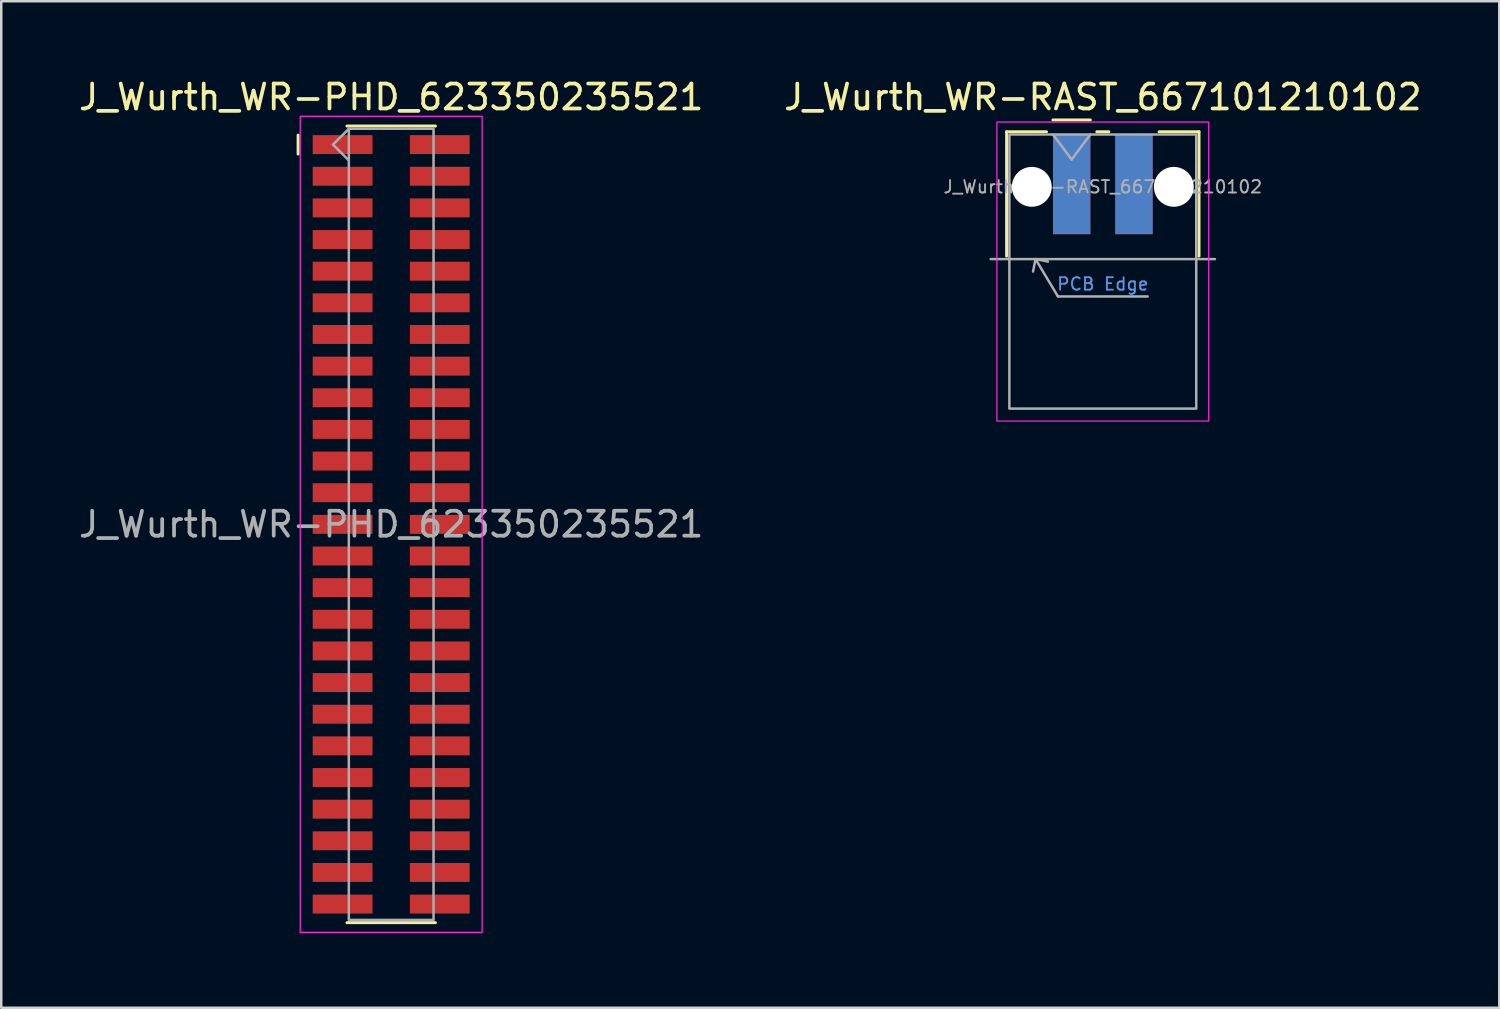
<source format=kicad_pcb>
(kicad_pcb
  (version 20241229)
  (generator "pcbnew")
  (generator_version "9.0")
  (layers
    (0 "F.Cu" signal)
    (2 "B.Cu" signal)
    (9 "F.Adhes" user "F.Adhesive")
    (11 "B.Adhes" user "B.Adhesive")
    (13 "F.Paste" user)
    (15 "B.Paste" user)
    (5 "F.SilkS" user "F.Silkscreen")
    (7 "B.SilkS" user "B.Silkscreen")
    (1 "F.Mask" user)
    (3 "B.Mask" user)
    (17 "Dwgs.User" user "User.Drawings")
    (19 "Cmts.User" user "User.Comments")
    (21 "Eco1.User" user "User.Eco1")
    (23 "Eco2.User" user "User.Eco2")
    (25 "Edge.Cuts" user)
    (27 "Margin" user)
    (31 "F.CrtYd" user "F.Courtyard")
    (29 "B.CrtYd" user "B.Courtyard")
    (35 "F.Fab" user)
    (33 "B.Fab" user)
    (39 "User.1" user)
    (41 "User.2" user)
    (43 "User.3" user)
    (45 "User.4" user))
  (footprint "J_Wurth_WR-RAST_667101210102"
    (layer "F.Cu")
    (at 41.208 4.448)
    (property "Reference" "J_Wurth_WR-RAST_667101210102" (at 0 -3.6 0) (unlocked yes) (layer "F.SilkS") (effects (font (size 1 1) (thickness 0.15))))
    (attr smd)
    (fp_line (start -3.86 -2.21) (end -3.86 2.78) (stroke (width 0.12) (type default)) (layer "F.SilkS"))
    (fp_line (start -3.86 -2.21) (end -2.26 -2.21) (stroke (width 0.12) (type default)) (layer "F.SilkS"))
    (fp_line (start -2 -2.685) (end -0.5 -2.685) (stroke (width 0.12) (type default)) (layer "F.SilkS"))
    (fp_line (start -0.24 -2.21) (end 0.24 -2.21) (stroke (width 0.12) (type default)) (layer "F.SilkS"))
    (fp_line (start 3.86 -2.21) (end 2.26 -2.21) (stroke (width 0.12) (type default)) (layer "F.SilkS"))
    (fp_line (start 3.86 -2.21) (end 3.86 2.78) (stroke (width 0.12) (type default)) (layer "F.SilkS"))
    (fp_rect (start -4.25 -2.6) (end 4.25 9.4) (stroke (width 0.05) (type default)) (fill no) (layer "F.CrtYd"))
    (fp_line (start -4.5 2.9) (end 4.5 2.9) (stroke (width 0.1) (type default)) (layer "F.Fab"))
    (fp_line (start -2.7 2.9) (end -2.8 3.4) (stroke (width 0.1) (type default)) (layer "F.Fab"))
    (fp_line (start -2.7 2.9) (end -2.2 3) (stroke (width 0.1) (type default)) (layer "F.Fab"))
    (fp_line (start -2.7 2.9) (end -1.8 4.4) (stroke (width 0.1) (type default)) (layer "F.Fab"))
    (fp_line (start -2 -2.1) (end -1.25 -1.1) (stroke (width 0.1) (type default)) (layer "F.Fab"))
    (fp_line (start -1.8 4.4) (end 1.8 4.4) (stroke (width 0.1) (type default)) (layer "F.Fab"))
    (fp_line (start -0.5 -2.1) (end -1.25 -1.1) (stroke (width 0.1) (type default)) (layer "F.Fab"))
    (fp_rect (start -3.75 -2.1) (end 3.75 8.9) (stroke (width 0.1) (type default)) (fill no) (layer "F.Fab"))
    (fp_text user "PCB Edge" (at 0 3.9 0) (unlocked yes) (layer "Cmts.User") (effects (font (size 0.5 0.5) (thickness 0.075))))
    (fp_text user "${REFERENCE}" (at 0 0 0) (unlocked yes) (layer "F.Fab") (effects (font (size 0.5 0.5) (thickness 0.075))))
    (pad "" np_thru_hole circle (at -2.85 0) (size 1.6 1.6) (drill 1.6) (layers "*.Cu" "*.Mask"))
    (pad "" np_thru_hole circle (at 2.85 0) (size 1.6 1.6) (drill 1.6) (layers "*.Cu" "*.Mask"))
    (pad "A1" smd rect (at -1.25 -0.1) (size 1.5 4) (layers "F.Cu" "F.Mask" "F.Paste"))
    (pad "A2" smd rect (at 1.25 -0.1) (size 1.5 4) (layers "F.Cu" "F.Mask" "F.Paste"))
    (pad "B1" smd rect (at -1.25 -0.1) (size 1.5 4) (layers "F.Mask" "B.Cu" "F.Paste"))
    (pad "B2" smd rect (at 1.25 -0.1) (size 1.5 4) (layers "F.Mask" "B.Cu" "F.Paste")))
  (footprint "J_Wurth_WR-PHD_623350235521"
    (layer "F.Cu")
    (at 12.649 17.993)
    (property "Reference" "J_Wurth_WR-PHD_623350235521" (at 0 -17.145 0) (unlocked yes) (layer "F.SilkS") (effects (font (size 1 1) (thickness 0.15))))
    (attr smd)
    (fp_line (start -3.735 -15.62) (end -3.735 -14.86) (stroke (width 0.12) (type solid)) (layer "F.SilkS"))
    (fp_line (start 1.775 -15.985) (end -1.775 -15.985) (stroke (width 0.12) (type solid)) (layer "F.SilkS"))
    (fp_line (start 1.775 15.985) (end -1.775 15.985) (stroke (width 0.12) (type solid)) (layer "F.SilkS"))
    (fp_rect (start -3.65 -16.375) (end 3.65 16.375) (stroke (width 0.05) (type solid)) (fill no) (layer "F.CrtYd"))
    (fp_line (start -2.335 -15.24) (end -1.7 -14.605) (stroke (width 0.1) (type default)) (layer "F.Fab"))
    (fp_line (start -1.7 -15.875) (end -2.335 -15.24) (stroke (width 0.1) (type default)) (layer "F.Fab"))
    (fp_rect (start -1.7 -15.875) (end 1.7 15.875) (stroke (width 0.1) (type solid)) (fill no) (layer "F.Fab"))
    (fp_text user "${REFERENCE}" (at 0 0 0) (unlocked yes) (layer "F.Fab") (effects (font (size 1 1) (thickness 0.15))))
    (pad "1" smd rect (at -1.95 -15.24 270) (size 0.76 2.4) (layers "F.Cu" "F.Mask" "F.Paste"))
    (pad "2" smd rect (at 1.95 -15.24 270) (size 0.76 2.4) (layers "F.Cu" "F.Mask" "F.Paste"))
    (pad "3" smd rect (at -1.95 -13.97 270) (size 0.76 2.4) (layers "F.Cu" "F.Mask" "F.Paste"))
    (pad "4" smd rect (at 1.95 -13.97 270) (size 0.76 2.4) (layers "F.Cu" "F.Mask" "F.Paste"))
    (pad "5" smd rect (at -1.95 -12.7 270) (size 0.76 2.4) (layers "F.Cu" "F.Mask" "F.Paste"))
    (pad "6" smd rect (at 1.95 -12.7 270) (size 0.76 2.4) (layers "F.Cu" "F.Mask" "F.Paste"))
    (pad "7" smd rect (at -1.95 -11.43 270) (size 0.76 2.4) (layers "F.Cu" "F.Mask" "F.Paste"))
    (pad "8" smd rect (at 1.95 -11.43 270) (size 0.76 2.4) (layers "F.Cu" "F.Mask" "F.Paste"))
    (pad "9" smd rect (at -1.95 -10.16 270) (size 0.76 2.4) (layers "F.Cu" "F.Mask" "F.Paste"))
    (pad "10" smd rect (at 1.95 -10.16 270) (size 0.76 2.4) (layers "F.Cu" "F.Mask" "F.Paste"))
    (pad "11" smd rect (at -1.95 -8.89 270) (size 0.76 2.4) (layers "F.Cu" "F.Mask" "F.Paste"))
    (pad "12" smd rect (at 1.95 -8.89 270) (size 0.76 2.4) (layers "F.Cu" "F.Mask" "F.Paste"))
    (pad "13" smd rect (at -1.95 -7.62 270) (size 0.76 2.4) (layers "F.Cu" "F.Mask" "F.Paste"))
    (pad "14" smd rect (at 1.95 -7.62 270) (size 0.76 2.4) (layers "F.Cu" "F.Mask" "F.Paste"))
    (pad "15" smd rect (at -1.95 -6.35 270) (size 0.76 2.4) (layers "F.Cu" "F.Mask" "F.Paste"))
    (pad "16" smd rect (at 1.95 -6.35 270) (size 0.76 2.4) (layers "F.Cu" "F.Mask" "F.Paste"))
    (pad "17" smd rect (at -1.95 -5.08 270) (size 0.76 2.4) (layers "F.Cu" "F.Mask" "F.Paste"))
    (pad "18" smd rect (at 1.95 -5.08 270) (size 0.76 2.4) (layers "F.Cu" "F.Mask" "F.Paste"))
    (pad "19" smd rect (at -1.95 -3.81 270) (size 0.76 2.4) (layers "F.Cu" "F.Mask" "F.Paste"))
    (pad "20" smd rect (at 1.95 -3.81 270) (size 0.76 2.4) (layers "F.Cu" "F.Mask" "F.Paste"))
    (pad "21" smd rect (at -1.95 -2.54 270) (size 0.76 2.4) (layers "F.Cu" "F.Mask" "F.Paste"))
    (pad "22" smd rect (at 1.95 -2.54 270) (size 0.76 2.4) (layers "F.Cu" "F.Mask" "F.Paste"))
    (pad "23" smd rect (at -1.95 -1.27 270) (size 0.76 2.4) (layers "F.Cu" "F.Mask" "F.Paste"))
    (pad "24" smd rect (at 1.95 -1.27 270) (size 0.76 2.4) (layers "F.Cu" "F.Mask" "F.Paste"))
    (pad "25" smd rect (at -1.95 0 270) (size 0.76 2.4) (layers "F.Cu" "F.Mask" "F.Paste"))
    (pad "26" smd rect (at 1.95 0 270) (size 0.76 2.4) (layers "F.Cu" "F.Mask" "F.Paste"))
    (pad "27" smd rect (at -1.95 1.27 270) (size 0.76 2.4) (layers "F.Cu" "F.Mask" "F.Paste"))
    (pad "28" smd rect (at 1.95 1.27 270) (size 0.76 2.4) (layers "F.Cu" "F.Mask" "F.Paste"))
    (pad "29" smd rect (at -1.95 2.54 270) (size 0.76 2.4) (layers "F.Cu" "F.Mask" "F.Paste"))
    (pad "30" smd rect (at 1.95 2.54 270) (size 0.76 2.4) (layers "F.Cu" "F.Mask" "F.Paste"))
    (pad "31" smd rect (at -1.95 3.81 270) (size 0.76 2.4) (layers "F.Cu" "F.Mask" "F.Paste"))
    (pad "32" smd rect (at 1.95 3.81 270) (size 0.76 2.4) (layers "F.Cu" "F.Mask" "F.Paste"))
    (pad "33" smd rect (at -1.95 5.08 270) (size 0.76 2.4) (layers "F.Cu" "F.Mask" "F.Paste"))
    (pad "34" smd rect (at 1.95 5.08 270) (size 0.76 2.4) (layers "F.Cu" "F.Mask" "F.Paste"))
    (pad "35" smd rect (at -1.95 6.35 270) (size 0.76 2.4) (layers "F.Cu" "F.Mask" "F.Paste"))
    (pad "36" smd rect (at 1.95 6.35 270) (size 0.76 2.4) (layers "F.Cu" "F.Mask" "F.Paste"))
    (pad "37" smd rect (at -1.95 7.62 270) (size 0.76 2.4) (layers "F.Cu" "F.Mask" "F.Paste"))
    (pad "38" smd rect (at 1.95 7.62 270) (size 0.76 2.4) (layers "F.Cu" "F.Mask" "F.Paste"))
    (pad "39" smd rect (at -1.95 8.89 270) (size 0.76 2.4) (layers "F.Cu" "F.Mask" "F.Paste"))
    (pad "40" smd rect (at 1.95 8.89 270) (size 0.76 2.4) (layers "F.Cu" "F.Mask" "F.Paste"))
    (pad "41" smd rect (at -1.95 10.16 270) (size 0.76 2.4) (layers "F.Cu" "F.Mask" "F.Paste"))
    (pad "42" smd rect (at 1.95 10.16 270) (size 0.76 2.4) (layers "F.Cu" "F.Mask" "F.Paste"))
    (pad "43" smd rect (at -1.95 11.43 270) (size 0.76 2.4) (layers "F.Cu" "F.Mask" "F.Paste"))
    (pad "44" smd rect (at 1.95 11.43 270) (size 0.76 2.4) (layers "F.Cu" "F.Mask" "F.Paste"))
    (pad "45" smd rect (at -1.95 12.7 270) (size 0.76 2.4) (layers "F.Cu" "F.Mask" "F.Paste"))
    (pad "46" smd rect (at 1.95 12.7 270) (size 0.76 2.4) (layers "F.Cu" "F.Mask" "F.Paste"))
    (pad "47" smd rect (at -1.95 13.97 270) (size 0.76 2.4) (layers "F.Cu" "F.Mask" "F.Paste"))
    (pad "48" smd rect (at 1.95 13.97 270) (size 0.76 2.4) (layers "F.Cu" "F.Mask" "F.Paste"))
    (pad "49" smd rect (at -1.95 15.24 270) (size 0.76 2.4) (layers "F.Cu" "F.Mask" "F.Paste"))
    (pad "50" smd rect (at 1.95 15.24 270) (size 0.76 2.4) (layers "F.Cu" "F.Mask" "F.Paste")))
  (gr_rect
    (start -3 -3)
    (end 57.119 37.393)
    (stroke (width 0.1) (type default))
    (fill no)
    (layer "Edge.Cuts")))
</source>
